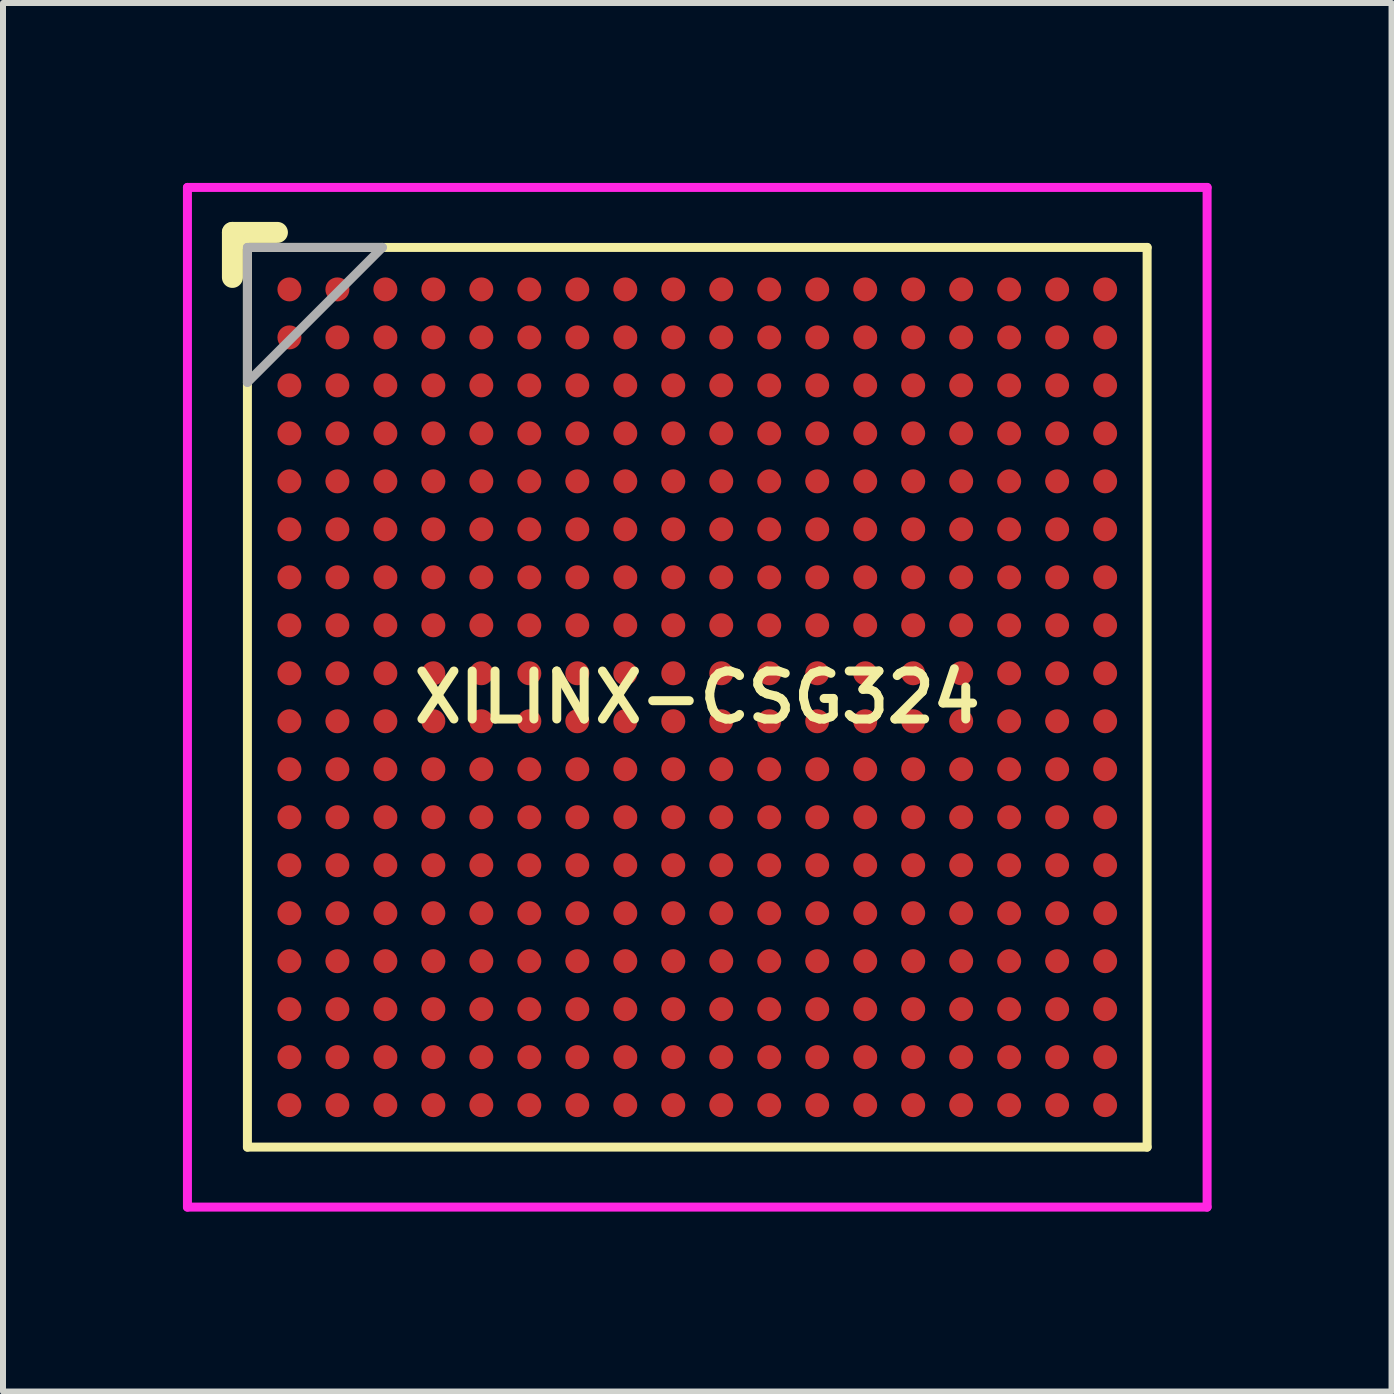
<source format=kicad_pcb>
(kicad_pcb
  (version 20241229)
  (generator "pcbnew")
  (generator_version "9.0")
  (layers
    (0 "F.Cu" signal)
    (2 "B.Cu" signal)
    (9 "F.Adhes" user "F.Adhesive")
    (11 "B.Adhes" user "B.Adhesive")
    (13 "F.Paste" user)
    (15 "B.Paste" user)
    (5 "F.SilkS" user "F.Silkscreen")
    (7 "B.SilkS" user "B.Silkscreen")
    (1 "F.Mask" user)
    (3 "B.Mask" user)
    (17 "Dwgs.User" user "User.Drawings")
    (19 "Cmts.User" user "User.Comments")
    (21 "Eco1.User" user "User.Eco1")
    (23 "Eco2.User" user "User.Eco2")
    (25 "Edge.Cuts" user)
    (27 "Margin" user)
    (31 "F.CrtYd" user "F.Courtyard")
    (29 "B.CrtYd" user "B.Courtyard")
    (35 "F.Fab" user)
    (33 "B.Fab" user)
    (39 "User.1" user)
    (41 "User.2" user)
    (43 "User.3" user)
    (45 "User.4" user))
  (footprint "XILINX-CSG324"
    (layer "F.Cu")
    (at 8.575 8.575)
    (property "Reference" "XILINX-CSG324" (at 0 0 0) (layer "F.SilkS") (effects (font (size 0.8 0.8) (thickness 0.15))))
    (attr smd)
    (fp_line (start -7.75 -7.75) (end -7 -7.75) (stroke (width 0.35) (type solid)) (layer "F.SilkS"))
    (fp_line (start -7.75 -7) (end -7.75 -7.75) (stroke (width 0.35) (type solid)) (layer "F.SilkS"))
    (fp_line (start -7.5 -7.5) (end -7.75 -7.75) (stroke (width 0.15) (type solid)) (layer "F.SilkS"))
    (fp_line (start -7.5 -7.5) (end 7.5 -7.5) (stroke (width 0.15) (type solid)) (layer "F.SilkS"))
    (fp_line (start -7.5 7.5) (end -7.5 -7.5) (stroke (width 0.15) (type solid)) (layer "F.SilkS"))
    (fp_line (start 7.5 -7.5) (end 7.5 7.5) (stroke (width 0.15) (type solid)) (layer "F.SilkS"))
    (fp_line (start 7.5 7.5) (end -7.5 7.5) (stroke (width 0.15) (type solid)) (layer "F.SilkS"))
    (fp_line (start -8.5 -8.5) (end 8.5 -8.5) (stroke (width 0.15) (type solid)) (layer "F.CrtYd"))
    (fp_line (start -8.5 8.5) (end -8.5 -8.5) (stroke (width 0.15) (type solid)) (layer "F.CrtYd"))
    (fp_line (start 8.5 -8.5) (end 8.5 8.5) (stroke (width 0.15) (type solid)) (layer "F.CrtYd"))
    (fp_line (start 8.5 8.5) (end -8.5 8.5) (stroke (width 0.15) (type solid)) (layer "F.CrtYd"))
    (fp_line (start -7.5 -7.5) (end -7.5 -5.25) (stroke (width 0.15) (type solid)) (layer "F.Fab"))
    (fp_line (start -7.5 -5.25) (end -5.25 -7.5) (stroke (width 0.15) (type solid)) (layer "F.Fab"))
    (fp_line (start -5.25 -7.5) (end -7.5 -7.5) (stroke (width 0.15) (type solid)) (layer "F.Fab"))
    (pad "A1" smd circle (at -6.8 -6.8) (size 0.4 0.4) (layers "F.Cu" "F.Mask" "F.Paste"))
    (pad "A2" smd circle (at -6 -6.8) (size 0.4 0.4) (layers "F.Cu" "F.Mask" "F.Paste"))
    (pad "A3" smd circle (at -5.2 -6.8) (size 0.4 0.4) (layers "F.Cu" "F.Mask" "F.Paste"))
    (pad "A4" smd circle (at -4.4 -6.8) (size 0.4 0.4) (layers "F.Cu" "F.Mask" "F.Paste"))
    (pad "A5" smd circle (at -3.6 -6.8) (size 0.4 0.4) (layers "F.Cu" "F.Mask" "F.Paste"))
    (pad "A6" smd circle (at -2.8 -6.8) (size 0.4 0.4) (layers "F.Cu" "F.Mask" "F.Paste"))
    (pad "A7" smd circle (at -2 -6.8) (size 0.4 0.4) (layers "F.Cu" "F.Mask" "F.Paste"))
    (pad "A8" smd circle (at -1.2 -6.8) (size 0.4 0.4) (layers "F.Cu" "F.Mask" "F.Paste"))
    (pad "A9" smd circle (at -0.4 -6.8) (size 0.4 0.4) (layers "F.Cu" "F.Mask" "F.Paste"))
    (pad "A10" smd circle (at 0.4 -6.8) (size 0.4 0.4) (layers "F.Cu" "F.Mask" "F.Paste"))
    (pad "A11" smd circle (at 1.2 -6.8) (size 0.4 0.4) (layers "F.Cu" "F.Mask" "F.Paste"))
    (pad "A12" smd circle (at 2 -6.8) (size 0.4 0.4) (layers "F.Cu" "F.Mask" "F.Paste"))
    (pad "A13" smd circle (at 2.8 -6.8) (size 0.4 0.4) (layers "F.Cu" "F.Mask" "F.Paste"))
    (pad "A14" smd circle (at 3.6 -6.8) (size 0.4 0.4) (layers "F.Cu" "F.Mask" "F.Paste"))
    (pad "A15" smd circle (at 4.4 -6.8) (size 0.4 0.4) (layers "F.Cu" "F.Mask" "F.Paste"))
    (pad "A16" smd circle (at 5.2 -6.8) (size 0.4 0.4) (layers "F.Cu" "F.Mask" "F.Paste"))
    (pad "A17" smd circle (at 6 -6.8) (size 0.4 0.4) (layers "F.Cu" "F.Mask" "F.Paste"))
    (pad "A18" smd circle (at 6.8 -6.8) (size 0.4 0.4) (layers "F.Cu" "F.Mask" "F.Paste"))
    (pad "B1" smd circle (at -6.8 -6) (size 0.4 0.4) (layers "F.Cu" "F.Mask" "F.Paste"))
    (pad "B2" smd circle (at -6 -6) (size 0.4 0.4) (layers "F.Cu" "F.Mask" "F.Paste"))
    (pad "B3" smd circle (at -5.2 -6) (size 0.4 0.4) (layers "F.Cu" "F.Mask" "F.Paste"))
    (pad "B4" smd circle (at -4.4 -6) (size 0.4 0.4) (layers "F.Cu" "F.Mask" "F.Paste"))
    (pad "B5" smd circle (at -3.6 -6) (size 0.4 0.4) (layers "F.Cu" "F.Mask" "F.Paste"))
    (pad "B6" smd circle (at -2.8 -6) (size 0.4 0.4) (layers "F.Cu" "F.Mask" "F.Paste"))
    (pad "B7" smd circle (at -2 -6) (size 0.4 0.4) (layers "F.Cu" "F.Mask" "F.Paste"))
    (pad "B8" smd circle (at -1.2 -6) (size 0.4 0.4) (layers "F.Cu" "F.Mask" "F.Paste"))
    (pad "B9" smd circle (at -0.4 -6) (size 0.4 0.4) (layers "F.Cu" "F.Mask" "F.Paste"))
    (pad "B10" smd circle (at 0.4 -6) (size 0.4 0.4) (layers "F.Cu" "F.Mask" "F.Paste"))
    (pad "B11" smd circle (at 1.2 -6) (size 0.4 0.4) (layers "F.Cu" "F.Mask" "F.Paste"))
    (pad "B12" smd circle (at 2 -6) (size 0.4 0.4) (layers "F.Cu" "F.Mask" "F.Paste"))
    (pad "B13" smd circle (at 2.8 -6) (size 0.4 0.4) (layers "F.Cu" "F.Mask" "F.Paste"))
    (pad "B14" smd circle (at 3.6 -6) (size 0.4 0.4) (layers "F.Cu" "F.Mask" "F.Paste"))
    (pad "B15" smd circle (at 4.4 -6) (size 0.4 0.4) (layers "F.Cu" "F.Mask" "F.Paste"))
    (pad "B16" smd circle (at 5.2 -6) (size 0.4 0.4) (layers "F.Cu" "F.Mask" "F.Paste"))
    (pad "B17" smd circle (at 6 -6) (size 0.4 0.4) (layers "F.Cu" "F.Mask" "F.Paste"))
    (pad "B18" smd circle (at 6.8 -6) (size 0.4 0.4) (layers "F.Cu" "F.Mask" "F.Paste"))
    (pad "C1" smd circle (at -6.8 -5.2) (size 0.4 0.4) (layers "F.Cu" "F.Mask" "F.Paste"))
    (pad "C2" smd circle (at -6 -5.2) (size 0.4 0.4) (layers "F.Cu" "F.Mask" "F.Paste"))
    (pad "C3" smd circle (at -5.2 -5.2) (size 0.4 0.4) (layers "F.Cu" "F.Mask" "F.Paste"))
    (pad "C4" smd circle (at -4.4 -5.2) (size 0.4 0.4) (layers "F.Cu" "F.Mask" "F.Paste"))
    (pad "C5" smd circle (at -3.6 -5.2) (size 0.4 0.4) (layers "F.Cu" "F.Mask" "F.Paste"))
    (pad "C6" smd circle (at -2.8 -5.2) (size 0.4 0.4) (layers "F.Cu" "F.Mask" "F.Paste"))
    (pad "C7" smd circle (at -2 -5.2) (size 0.4 0.4) (layers "F.Cu" "F.Mask" "F.Paste"))
    (pad "C8" smd circle (at -1.2 -5.2) (size 0.4 0.4) (layers "F.Cu" "F.Mask" "F.Paste"))
    (pad "C9" smd circle (at -0.4 -5.2) (size 0.4 0.4) (layers "F.Cu" "F.Mask" "F.Paste"))
    (pad "C10" smd circle (at 0.4 -5.2) (size 0.4 0.4) (layers "F.Cu" "F.Mask" "F.Paste"))
    (pad "C11" smd circle (at 1.2 -5.2) (size 0.4 0.4) (layers "F.Cu" "F.Mask" "F.Paste"))
    (pad "C12" smd circle (at 2 -5.2) (size 0.4 0.4) (layers "F.Cu" "F.Mask" "F.Paste"))
    (pad "C13" smd circle (at 2.8 -5.2) (size 0.4 0.4) (layers "F.Cu" "F.Mask" "F.Paste"))
    (pad "C14" smd circle (at 3.6 -5.2) (size 0.4 0.4) (layers "F.Cu" "F.Mask" "F.Paste"))
    (pad "C15" smd circle (at 4.4 -5.2) (size 0.4 0.4) (layers "F.Cu" "F.Mask" "F.Paste"))
    (pad "C16" smd circle (at 5.2 -5.2) (size 0.4 0.4) (layers "F.Cu" "F.Mask" "F.Paste"))
    (pad "C17" smd circle (at 6 -5.2) (size 0.4 0.4) (layers "F.Cu" "F.Mask" "F.Paste"))
    (pad "C18" smd circle (at 6.8 -5.2) (size 0.4 0.4) (layers "F.Cu" "F.Mask" "F.Paste"))
    (pad "D1" smd circle (at -6.8 -4.4) (size 0.4 0.4) (layers "F.Cu" "F.Mask" "F.Paste"))
    (pad "D2" smd circle (at -6 -4.4) (size 0.4 0.4) (layers "F.Cu" "F.Mask" "F.Paste"))
    (pad "D3" smd circle (at -5.2 -4.4) (size 0.4 0.4) (layers "F.Cu" "F.Mask" "F.Paste"))
    (pad "D4" smd circle (at -4.4 -4.4) (size 0.4 0.4) (layers "F.Cu" "F.Mask" "F.Paste"))
    (pad "D5" smd circle (at -3.6 -4.4) (size 0.4 0.4) (layers "F.Cu" "F.Mask" "F.Paste"))
    (pad "D6" smd circle (at -2.8 -4.4) (size 0.4 0.4) (layers "F.Cu" "F.Mask" "F.Paste"))
    (pad "D7" smd circle (at -2 -4.4) (size 0.4 0.4) (layers "F.Cu" "F.Mask" "F.Paste"))
    (pad "D8" smd circle (at -1.2 -4.4) (size 0.4 0.4) (layers "F.Cu" "F.Mask" "F.Paste"))
    (pad "D9" smd circle (at -0.4 -4.4) (size 0.4 0.4) (layers "F.Cu" "F.Mask" "F.Paste"))
    (pad "D10" smd circle (at 0.4 -4.4) (size 0.4 0.4) (layers "F.Cu" "F.Mask" "F.Paste"))
    (pad "D11" smd circle (at 1.2 -4.4) (size 0.4 0.4) (layers "F.Cu" "F.Mask" "F.Paste"))
    (pad "D12" smd circle (at 2 -4.4) (size 0.4 0.4) (layers "F.Cu" "F.Mask" "F.Paste"))
    (pad "D13" smd circle (at 2.8 -4.4) (size 0.4 0.4) (layers "F.Cu" "F.Mask" "F.Paste"))
    (pad "D14" smd circle (at 3.6 -4.4) (size 0.4 0.4) (layers "F.Cu" "F.Mask" "F.Paste"))
    (pad "D15" smd circle (at 4.4 -4.4) (size 0.4 0.4) (layers "F.Cu" "F.Mask" "F.Paste"))
    (pad "D16" smd circle (at 5.2 -4.4) (size 0.4 0.4) (layers "F.Cu" "F.Mask" "F.Paste"))
    (pad "D17" smd circle (at 6 -4.4) (size 0.4 0.4) (layers "F.Cu" "F.Mask" "F.Paste"))
    (pad "D18" smd circle (at 6.8 -4.4) (size 0.4 0.4) (layers "F.Cu" "F.Mask" "F.Paste"))
    (pad "E1" smd circle (at -6.8 -3.6) (size 0.4 0.4) (layers "F.Cu" "F.Mask" "F.Paste"))
    (pad "E2" smd circle (at -6 -3.6) (size 0.4 0.4) (layers "F.Cu" "F.Mask" "F.Paste"))
    (pad "E3" smd circle (at -5.2 -3.6) (size 0.4 0.4) (layers "F.Cu" "F.Mask" "F.Paste"))
    (pad "E4" smd circle (at -4.4 -3.6) (size 0.4 0.4) (layers "F.Cu" "F.Mask" "F.Paste"))
    (pad "E5" smd circle (at -3.6 -3.6) (size 0.4 0.4) (layers "F.Cu" "F.Mask" "F.Paste"))
    (pad "E6" smd circle (at -2.8 -3.6) (size 0.4 0.4) (layers "F.Cu" "F.Mask" "F.Paste"))
    (pad "E7" smd circle (at -2 -3.6) (size 0.4 0.4) (layers "F.Cu" "F.Mask" "F.Paste"))
    (pad "E8" smd circle (at -1.2 -3.6) (size 0.4 0.4) (layers "F.Cu" "F.Mask" "F.Paste"))
    (pad "E9" smd circle (at -0.4 -3.6) (size 0.4 0.4) (layers "F.Cu" "F.Mask" "F.Paste"))
    (pad "E10" smd circle (at 0.4 -3.6) (size 0.4 0.4) (layers "F.Cu" "F.Mask" "F.Paste"))
    (pad "E11" smd circle (at 1.2 -3.6) (size 0.4 0.4) (layers "F.Cu" "F.Mask" "F.Paste"))
    (pad "E12" smd circle (at 2 -3.6) (size 0.4 0.4) (layers "F.Cu" "F.Mask" "F.Paste"))
    (pad "E13" smd circle (at 2.8 -3.6) (size 0.4 0.4) (layers "F.Cu" "F.Mask" "F.Paste"))
    (pad "E14" smd circle (at 3.6 -3.6) (size 0.4 0.4) (layers "F.Cu" "F.Mask" "F.Paste"))
    (pad "E15" smd circle (at 4.4 -3.6) (size 0.4 0.4) (layers "F.Cu" "F.Mask" "F.Paste"))
    (pad "E16" smd circle (at 5.2 -3.6) (size 0.4 0.4) (layers "F.Cu" "F.Mask" "F.Paste"))
    (pad "E17" smd circle (at 6 -3.6) (size 0.4 0.4) (layers "F.Cu" "F.Mask" "F.Paste"))
    (pad "E18" smd circle (at 6.8 -3.6) (size 0.4 0.4) (layers "F.Cu" "F.Mask" "F.Paste"))
    (pad "F1" smd circle (at -6.8 -2.8) (size 0.4 0.4) (layers "F.Cu" "F.Mask" "F.Paste"))
    (pad "F2" smd circle (at -6 -2.8) (size 0.4 0.4) (layers "F.Cu" "F.Mask" "F.Paste"))
    (pad "F3" smd circle (at -5.2 -2.8) (size 0.4 0.4) (layers "F.Cu" "F.Mask" "F.Paste"))
    (pad "F4" smd circle (at -4.4 -2.8) (size 0.4 0.4) (layers "F.Cu" "F.Mask" "F.Paste"))
    (pad "F5" smd circle (at -3.6 -2.8) (size 0.4 0.4) (layers "F.Cu" "F.Mask" "F.Paste"))
    (pad "F6" smd circle (at -2.8 -2.8) (size 0.4 0.4) (layers "F.Cu" "F.Mask" "F.Paste"))
    (pad "F7" smd circle (at -2 -2.8) (size 0.4 0.4) (layers "F.Cu" "F.Mask" "F.Paste"))
    (pad "F8" smd circle (at -1.2 -2.8) (size 0.4 0.4) (layers "F.Cu" "F.Mask" "F.Paste"))
    (pad "F9" smd circle (at -0.4 -2.8) (size 0.4 0.4) (layers "F.Cu" "F.Mask" "F.Paste"))
    (pad "F10" smd circle (at 0.4 -2.8) (size 0.4 0.4) (layers "F.Cu" "F.Mask" "F.Paste"))
    (pad "F11" smd circle (at 1.2 -2.8) (size 0.4 0.4) (layers "F.Cu" "F.Mask" "F.Paste"))
    (pad "F12" smd circle (at 2 -2.8) (size 0.4 0.4) (layers "F.Cu" "F.Mask" "F.Paste"))
    (pad "F13" smd circle (at 2.8 -2.8) (size 0.4 0.4) (layers "F.Cu" "F.Mask" "F.Paste"))
    (pad "F14" smd circle (at 3.6 -2.8) (size 0.4 0.4) (layers "F.Cu" "F.Mask" "F.Paste"))
    (pad "F15" smd circle (at 4.4 -2.8) (size 0.4 0.4) (layers "F.Cu" "F.Mask" "F.Paste"))
    (pad "F16" smd circle (at 5.2 -2.8) (size 0.4 0.4) (layers "F.Cu" "F.Mask" "F.Paste"))
    (pad "F17" smd circle (at 6 -2.8) (size 0.4 0.4) (layers "F.Cu" "F.Mask" "F.Paste"))
    (pad "F18" smd circle (at 6.8 -2.8) (size 0.4 0.4) (layers "F.Cu" "F.Mask" "F.Paste"))
    (pad "G1" smd circle (at -6.8 -2) (size 0.4 0.4) (layers "F.Cu" "F.Mask" "F.Paste"))
    (pad "G2" smd circle (at -6 -2) (size 0.4 0.4) (layers "F.Cu" "F.Mask" "F.Paste"))
    (pad "G3" smd circle (at -5.2 -2) (size 0.4 0.4) (layers "F.Cu" "F.Mask" "F.Paste"))
    (pad "G4" smd circle (at -4.4 -2) (size 0.4 0.4) (layers "F.Cu" "F.Mask" "F.Paste"))
    (pad "G5" smd circle (at -3.6 -2) (size 0.4 0.4) (layers "F.Cu" "F.Mask" "F.Paste"))
    (pad "G6" smd circle (at -2.8 -2) (size 0.4 0.4) (layers "F.Cu" "F.Mask" "F.Paste"))
    (pad "G7" smd circle (at -2 -2) (size 0.4 0.4) (layers "F.Cu" "F.Mask" "F.Paste"))
    (pad "G8" smd circle (at -1.2 -2) (size 0.4 0.4) (layers "F.Cu" "F.Mask" "F.Paste"))
    (pad "G9" smd circle (at -0.4 -2) (size 0.4 0.4) (layers "F.Cu" "F.Mask" "F.Paste"))
    (pad "G10" smd circle (at 0.4 -2) (size 0.4 0.4) (layers "F.Cu" "F.Mask" "F.Paste"))
    (pad "G11" smd circle (at 1.2 -2) (size 0.4 0.4) (layers "F.Cu" "F.Mask" "F.Paste"))
    (pad "G12" smd circle (at 2 -2) (size 0.4 0.4) (layers "F.Cu" "F.Mask" "F.Paste"))
    (pad "G13" smd circle (at 2.8 -2) (size 0.4 0.4) (layers "F.Cu" "F.Mask" "F.Paste"))
    (pad "G14" smd circle (at 3.6 -2) (size 0.4 0.4) (layers "F.Cu" "F.Mask" "F.Paste"))
    (pad "G15" smd circle (at 4.4 -2) (size 0.4 0.4) (layers "F.Cu" "F.Mask" "F.Paste"))
    (pad "G16" smd circle (at 5.2 -2) (size 0.4 0.4) (layers "F.Cu" "F.Mask" "F.Paste"))
    (pad "G17" smd circle (at 6 -2) (size 0.4 0.4) (layers "F.Cu" "F.Mask" "F.Paste"))
    (pad "G18" smd circle (at 6.8 -2) (size 0.4 0.4) (layers "F.Cu" "F.Mask" "F.Paste"))
    (pad "H1" smd circle (at -6.8 -1.2) (size 0.4 0.4) (layers "F.Cu" "F.Mask" "F.Paste"))
    (pad "H2" smd circle (at -6 -1.2) (size 0.4 0.4) (layers "F.Cu" "F.Mask" "F.Paste"))
    (pad "H3" smd circle (at -5.2 -1.2) (size 0.4 0.4) (layers "F.Cu" "F.Mask" "F.Paste"))
    (pad "H4" smd circle (at -4.4 -1.2) (size 0.4 0.4) (layers "F.Cu" "F.Mask" "F.Paste"))
    (pad "H5" smd circle (at -3.6 -1.2) (size 0.4 0.4) (layers "F.Cu" "F.Mask" "F.Paste"))
    (pad "H6" smd circle (at -2.8 -1.2) (size 0.4 0.4) (layers "F.Cu" "F.Mask" "F.Paste"))
    (pad "H7" smd circle (at -2 -1.2) (size 0.4 0.4) (layers "F.Cu" "F.Mask" "F.Paste"))
    (pad "H8" smd circle (at -1.2 -1.2) (size 0.4 0.4) (layers "F.Cu" "F.Mask" "F.Paste"))
    (pad "H9" smd circle (at -0.4 -1.2) (size 0.4 0.4) (layers "F.Cu" "F.Mask" "F.Paste"))
    (pad "H10" smd circle (at 0.4 -1.2) (size 0.4 0.4) (layers "F.Cu" "F.Mask" "F.Paste"))
    (pad "H11" smd circle (at 1.2 -1.2) (size 0.4 0.4) (layers "F.Cu" "F.Mask" "F.Paste"))
    (pad "H12" smd circle (at 2 -1.2) (size 0.4 0.4) (layers "F.Cu" "F.Mask" "F.Paste"))
    (pad "H13" smd circle (at 2.8 -1.2) (size 0.4 0.4) (layers "F.Cu" "F.Mask" "F.Paste"))
    (pad "H14" smd circle (at 3.6 -1.2) (size 0.4 0.4) (layers "F.Cu" "F.Mask" "F.Paste"))
    (pad "H15" smd circle (at 4.4 -1.2) (size 0.4 0.4) (layers "F.Cu" "F.Mask" "F.Paste"))
    (pad "H16" smd circle (at 5.2 -1.2) (size 0.4 0.4) (layers "F.Cu" "F.Mask" "F.Paste"))
    (pad "H17" smd circle (at 6 -1.2) (size 0.4 0.4) (layers "F.Cu" "F.Mask" "F.Paste"))
    (pad "H18" smd circle (at 6.8 -1.2) (size 0.4 0.4) (layers "F.Cu" "F.Mask" "F.Paste"))
    (pad "J1" smd circle (at -6.8 -0.4) (size 0.4 0.4) (layers "F.Cu" "F.Mask" "F.Paste"))
    (pad "J2" smd circle (at -6 -0.4) (size 0.4 0.4) (layers "F.Cu" "F.Mask" "F.Paste"))
    (pad "J3" smd circle (at -5.2 -0.4) (size 0.4 0.4) (layers "F.Cu" "F.Mask" "F.Paste"))
    (pad "J4" smd circle (at -4.4 -0.4) (size 0.4 0.4) (layers "F.Cu" "F.Mask" "F.Paste"))
    (pad "J5" smd circle (at -3.6 -0.4) (size 0.4 0.4) (layers "F.Cu" "F.Mask" "F.Paste"))
    (pad "J6" smd circle (at -2.8 -0.4) (size 0.4 0.4) (layers "F.Cu" "F.Mask" "F.Paste"))
    (pad "J7" smd circle (at -2 -0.4) (size 0.4 0.4) (layers "F.Cu" "F.Mask" "F.Paste"))
    (pad "J8" smd circle (at -1.2 -0.4) (size 0.4 0.4) (layers "F.Cu" "F.Mask" "F.Paste"))
    (pad "J9" smd circle (at -0.4 -0.4) (size 0.4 0.4) (layers "F.Cu" "F.Mask" "F.Paste"))
    (pad "J10" smd circle (at 0.4 -0.4) (size 0.4 0.4) (layers "F.Cu" "F.Mask" "F.Paste"))
    (pad "J11" smd circle (at 1.2 -0.4) (size 0.4 0.4) (layers "F.Cu" "F.Mask" "F.Paste"))
    (pad "J12" smd circle (at 2 -0.4) (size 0.4 0.4) (layers "F.Cu" "F.Mask" "F.Paste"))
    (pad "J13" smd circle (at 2.8 -0.4) (size 0.4 0.4) (layers "F.Cu" "F.Mask" "F.Paste"))
    (pad "J14" smd circle (at 3.6 -0.4) (size 0.4 0.4) (layers "F.Cu" "F.Mask" "F.Paste"))
    (pad "J15" smd circle (at 4.4 -0.4) (size 0.4 0.4) (layers "F.Cu" "F.Mask" "F.Paste"))
    (pad "J16" smd circle (at 5.2 -0.4) (size 0.4 0.4) (layers "F.Cu" "F.Mask" "F.Paste"))
    (pad "J17" smd circle (at 6 -0.4) (size 0.4 0.4) (layers "F.Cu" "F.Mask" "F.Paste"))
    (pad "J18" smd circle (at 6.8 -0.4) (size 0.4 0.4) (layers "F.Cu" "F.Mask" "F.Paste"))
    (pad "K1" smd circle (at -6.8 0.4) (size 0.4 0.4) (layers "F.Cu" "F.Mask" "F.Paste"))
    (pad "K2" smd circle (at -6 0.4) (size 0.4 0.4) (layers "F.Cu" "F.Mask" "F.Paste"))
    (pad "K3" smd circle (at -5.2 0.4) (size 0.4 0.4) (layers "F.Cu" "F.Mask" "F.Paste"))
    (pad "K4" smd circle (at -4.4 0.4) (size 0.4 0.4) (layers "F.Cu" "F.Mask" "F.Paste"))
    (pad "K5" smd circle (at -3.6 0.4) (size 0.4 0.4) (layers "F.Cu" "F.Mask" "F.Paste"))
    (pad "K6" smd circle (at -2.8 0.4) (size 0.4 0.4) (layers "F.Cu" "F.Mask" "F.Paste"))
    (pad "K7" smd circle (at -2 0.4) (size 0.4 0.4) (layers "F.Cu" "F.Mask" "F.Paste"))
    (pad "K8" smd circle (at -1.2 0.4) (size 0.4 0.4) (layers "F.Cu" "F.Mask" "F.Paste"))
    (pad "K9" smd circle (at -0.4 0.4) (size 0.4 0.4) (layers "F.Cu" "F.Mask" "F.Paste"))
    (pad "K10" smd circle (at 0.4 0.4) (size 0.4 0.4) (layers "F.Cu" "F.Mask" "F.Paste"))
    (pad "K11" smd circle (at 1.2 0.4) (size 0.4 0.4) (layers "F.Cu" "F.Mask" "F.Paste"))
    (pad "K12" smd circle (at 2 0.4) (size 0.4 0.4) (layers "F.Cu" "F.Mask" "F.Paste"))
    (pad "K13" smd circle (at 2.8 0.4) (size 0.4 0.4) (layers "F.Cu" "F.Mask" "F.Paste"))
    (pad "K14" smd circle (at 3.6 0.4) (size 0.4 0.4) (layers "F.Cu" "F.Mask" "F.Paste"))
    (pad "K15" smd circle (at 4.4 0.4) (size 0.4 0.4) (layers "F.Cu" "F.Mask" "F.Paste"))
    (pad "K16" smd circle (at 5.2 0.4) (size 0.4 0.4) (layers "F.Cu" "F.Mask" "F.Paste"))
    (pad "K17" smd circle (at 6 0.4) (size 0.4 0.4) (layers "F.Cu" "F.Mask" "F.Paste"))
    (pad "K18" smd circle (at 6.8 0.4) (size 0.4 0.4) (layers "F.Cu" "F.Mask" "F.Paste"))
    (pad "L1" smd circle (at -6.8 1.2) (size 0.4 0.4) (layers "F.Cu" "F.Mask" "F.Paste"))
    (pad "L2" smd circle (at -6 1.2) (size 0.4 0.4) (layers "F.Cu" "F.Mask" "F.Paste"))
    (pad "L3" smd circle (at -5.2 1.2) (size 0.4 0.4) (layers "F.Cu" "F.Mask" "F.Paste"))
    (pad "L4" smd circle (at -4.4 1.2) (size 0.4 0.4) (layers "F.Cu" "F.Mask" "F.Paste"))
    (pad "L5" smd circle (at -3.6 1.2) (size 0.4 0.4) (layers "F.Cu" "F.Mask" "F.Paste"))
    (pad "L6" smd circle (at -2.8 1.2) (size 0.4 0.4) (layers "F.Cu" "F.Mask" "F.Paste"))
    (pad "L7" smd circle (at -2 1.2) (size 0.4 0.4) (layers "F.Cu" "F.Mask" "F.Paste"))
    (pad "L8" smd circle (at -1.2 1.2) (size 0.4 0.4) (layers "F.Cu" "F.Mask" "F.Paste"))
    (pad "L9" smd circle (at -0.4 1.2) (size 0.4 0.4) (layers "F.Cu" "F.Mask" "F.Paste"))
    (pad "L10" smd circle (at 0.4 1.2) (size 0.4 0.4) (layers "F.Cu" "F.Mask" "F.Paste"))
    (pad "L11" smd circle (at 1.2 1.2) (size 0.4 0.4) (layers "F.Cu" "F.Mask" "F.Paste"))
    (pad "L12" smd circle (at 2 1.2) (size 0.4 0.4) (layers "F.Cu" "F.Mask" "F.Paste"))
    (pad "L13" smd circle (at 2.8 1.2) (size 0.4 0.4) (layers "F.Cu" "F.Mask" "F.Paste"))
    (pad "L14" smd circle (at 3.6 1.2) (size 0.4 0.4) (layers "F.Cu" "F.Mask" "F.Paste"))
    (pad "L15" smd circle (at 4.4 1.2) (size 0.4 0.4) (layers "F.Cu" "F.Mask" "F.Paste"))
    (pad "L16" smd circle (at 5.2 1.2) (size 0.4 0.4) (layers "F.Cu" "F.Mask" "F.Paste"))
    (pad "L17" smd circle (at 6 1.2) (size 0.4 0.4) (layers "F.Cu" "F.Mask" "F.Paste"))
    (pad "L18" smd circle (at 6.8 1.2) (size 0.4 0.4) (layers "F.Cu" "F.Mask" "F.Paste"))
    (pad "M1" smd circle (at -6.8 2) (size 0.4 0.4) (layers "F.Cu" "F.Mask" "F.Paste"))
    (pad "M2" smd circle (at -6 2) (size 0.4 0.4) (layers "F.Cu" "F.Mask" "F.Paste"))
    (pad "M3" smd circle (at -5.2 2) (size 0.4 0.4) (layers "F.Cu" "F.Mask" "F.Paste"))
    (pad "M4" smd circle (at -4.4 2) (size 0.4 0.4) (layers "F.Cu" "F.Mask" "F.Paste"))
    (pad "M5" smd circle (at -3.6 2) (size 0.4 0.4) (layers "F.Cu" "F.Mask" "F.Paste"))
    (pad "M6" smd circle (at -2.8 2) (size 0.4 0.4) (layers "F.Cu" "F.Mask" "F.Paste"))
    (pad "M7" smd circle (at -2 2) (size 0.4 0.4) (layers "F.Cu" "F.Mask" "F.Paste"))
    (pad "M8" smd circle (at -1.2 2) (size 0.4 0.4) (layers "F.Cu" "F.Mask" "F.Paste"))
    (pad "M9" smd circle (at -0.4 2) (size 0.4 0.4) (layers "F.Cu" "F.Mask" "F.Paste"))
    (pad "M10" smd circle (at 0.4 2) (size 0.4 0.4) (layers "F.Cu" "F.Mask" "F.Paste"))
    (pad "M11" smd circle (at 1.2 2) (size 0.4 0.4) (layers "F.Cu" "F.Mask" "F.Paste"))
    (pad "M12" smd circle (at 2 2) (size 0.4 0.4) (layers "F.Cu" "F.Mask" "F.Paste"))
    (pad "M13" smd circle (at 2.8 2) (size 0.4 0.4) (layers "F.Cu" "F.Mask" "F.Paste"))
    (pad "M14" smd circle (at 3.6 2) (size 0.4 0.4) (layers "F.Cu" "F.Mask" "F.Paste"))
    (pad "M15" smd circle (at 4.4 2) (size 0.4 0.4) (layers "F.Cu" "F.Mask" "F.Paste"))
    (pad "M16" smd circle (at 5.2 2) (size 0.4 0.4) (layers "F.Cu" "F.Mask" "F.Paste"))
    (pad "M17" smd circle (at 6 2) (size 0.4 0.4) (layers "F.Cu" "F.Mask" "F.Paste"))
    (pad "M18" smd circle (at 6.8 2) (size 0.4 0.4) (layers "F.Cu" "F.Mask" "F.Paste"))
    (pad "N1" smd circle (at -6.8 2.8) (size 0.4 0.4) (layers "F.Cu" "F.Mask" "F.Paste"))
    (pad "N2" smd circle (at -6 2.8) (size 0.4 0.4) (layers "F.Cu" "F.Mask" "F.Paste"))
    (pad "N3" smd circle (at -5.2 2.8) (size 0.4 0.4) (layers "F.Cu" "F.Mask" "F.Paste"))
    (pad "N4" smd circle (at -4.4 2.8) (size 0.4 0.4) (layers "F.Cu" "F.Mask" "F.Paste"))
    (pad "N5" smd circle (at -3.6 2.8) (size 0.4 0.4) (layers "F.Cu" "F.Mask" "F.Paste"))
    (pad "N6" smd circle (at -2.8 2.8) (size 0.4 0.4) (layers "F.Cu" "F.Mask" "F.Paste"))
    (pad "N7" smd circle (at -2 2.8) (size 0.4 0.4) (layers "F.Cu" "F.Mask" "F.Paste"))
    (pad "N8" smd circle (at -1.2 2.8) (size 0.4 0.4) (layers "F.Cu" "F.Mask" "F.Paste"))
    (pad "N9" smd circle (at -0.4 2.8) (size 0.4 0.4) (layers "F.Cu" "F.Mask" "F.Paste"))
    (pad "N10" smd circle (at 0.4 2.8) (size 0.4 0.4) (layers "F.Cu" "F.Mask" "F.Paste"))
    (pad "N11" smd circle (at 1.2 2.8) (size 0.4 0.4) (layers "F.Cu" "F.Mask" "F.Paste"))
    (pad "N12" smd circle (at 2 2.8) (size 0.4 0.4) (layers "F.Cu" "F.Mask" "F.Paste"))
    (pad "N13" smd circle (at 2.8 2.8) (size 0.4 0.4) (layers "F.Cu" "F.Mask" "F.Paste"))
    (pad "N14" smd circle (at 3.6 2.8) (size 0.4 0.4) (layers "F.Cu" "F.Mask" "F.Paste"))
    (pad "N15" smd circle (at 4.4 2.8) (size 0.4 0.4) (layers "F.Cu" "F.Mask" "F.Paste"))
    (pad "N16" smd circle (at 5.2 2.8) (size 0.4 0.4) (layers "F.Cu" "F.Mask" "F.Paste"))
    (pad "N17" smd circle (at 6 2.8) (size 0.4 0.4) (layers "F.Cu" "F.Mask" "F.Paste"))
    (pad "N18" smd circle (at 6.8 2.8) (size 0.4 0.4) (layers "F.Cu" "F.Mask" "F.Paste"))
    (pad "P1" smd circle (at -6.8 3.6) (size 0.4 0.4) (layers "F.Cu" "F.Mask" "F.Paste"))
    (pad "P2" smd circle (at -6 3.6) (size 0.4 0.4) (layers "F.Cu" "F.Mask" "F.Paste"))
    (pad "P3" smd circle (at -5.2 3.6) (size 0.4 0.4) (layers "F.Cu" "F.Mask" "F.Paste"))
    (pad "P4" smd circle (at -4.4 3.6) (size 0.4 0.4) (layers "F.Cu" "F.Mask" "F.Paste"))
    (pad "P5" smd circle (at -3.6 3.6) (size 0.4 0.4) (layers "F.Cu" "F.Mask" "F.Paste"))
    (pad "P6" smd circle (at -2.8 3.6) (size 0.4 0.4) (layers "F.Cu" "F.Mask" "F.Paste"))
    (pad "P7" smd circle (at -2 3.6) (size 0.4 0.4) (layers "F.Cu" "F.Mask" "F.Paste"))
    (pad "P8" smd circle (at -1.2 3.6) (size 0.4 0.4) (layers "F.Cu" "F.Mask" "F.Paste"))
    (pad "P9" smd circle (at -0.4 3.6) (size 0.4 0.4) (layers "F.Cu" "F.Mask" "F.Paste"))
    (pad "P10" smd circle (at 0.4 3.6) (size 0.4 0.4) (layers "F.Cu" "F.Mask" "F.Paste"))
    (pad "P11" smd circle (at 1.2 3.6) (size 0.4 0.4) (layers "F.Cu" "F.Mask" "F.Paste"))
    (pad "P12" smd circle (at 2 3.6) (size 0.4 0.4) (layers "F.Cu" "F.Mask" "F.Paste"))
    (pad "P13" smd circle (at 2.8 3.6) (size 0.4 0.4) (layers "F.Cu" "F.Mask" "F.Paste"))
    (pad "P14" smd circle (at 3.6 3.6) (size 0.4 0.4) (layers "F.Cu" "F.Mask" "F.Paste"))
    (pad "P15" smd circle (at 4.4 3.6) (size 0.4 0.4) (layers "F.Cu" "F.Mask" "F.Paste"))
    (pad "P16" smd circle (at 5.2 3.6) (size 0.4 0.4) (layers "F.Cu" "F.Mask" "F.Paste"))
    (pad "P17" smd circle (at 6 3.6) (size 0.4 0.4) (layers "F.Cu" "F.Mask" "F.Paste"))
    (pad "P18" smd circle (at 6.8 3.6) (size 0.4 0.4) (layers "F.Cu" "F.Mask" "F.Paste"))
    (pad "R1" smd circle (at -6.8 4.4) (size 0.4 0.4) (layers "F.Cu" "F.Mask" "F.Paste"))
    (pad "R2" smd circle (at -6 4.4) (size 0.4 0.4) (layers "F.Cu" "F.Mask" "F.Paste"))
    (pad "R3" smd circle (at -5.2 4.4) (size 0.4 0.4) (layers "F.Cu" "F.Mask" "F.Paste"))
    (pad "R4" smd circle (at -4.4 4.4) (size 0.4 0.4) (layers "F.Cu" "F.Mask" "F.Paste"))
    (pad "R5" smd circle (at -3.6 4.4) (size 0.4 0.4) (layers "F.Cu" "F.Mask" "F.Paste"))
    (pad "R6" smd circle (at -2.8 4.4) (size 0.4 0.4) (layers "F.Cu" "F.Mask" "F.Paste"))
    (pad "R7" smd circle (at -2 4.4) (size 0.4 0.4) (layers "F.Cu" "F.Mask" "F.Paste"))
    (pad "R8" smd circle (at -1.2 4.4) (size 0.4 0.4) (layers "F.Cu" "F.Mask" "F.Paste"))
    (pad "R9" smd circle (at -0.4 4.4) (size 0.4 0.4) (layers "F.Cu" "F.Mask" "F.Paste"))
    (pad "R10" smd circle (at 0.4 4.4) (size 0.4 0.4) (layers "F.Cu" "F.Mask" "F.Paste"))
    (pad "R11" smd circle (at 1.2 4.4) (size 0.4 0.4) (layers "F.Cu" "F.Mask" "F.Paste"))
    (pad "R12" smd circle (at 2 4.4) (size 0.4 0.4) (layers "F.Cu" "F.Mask" "F.Paste"))
    (pad "R13" smd circle (at 2.8 4.4) (size 0.4 0.4) (layers "F.Cu" "F.Mask" "F.Paste"))
    (pad "R14" smd circle (at 3.6 4.4) (size 0.4 0.4) (layers "F.Cu" "F.Mask" "F.Paste"))
    (pad "R15" smd circle (at 4.4 4.4) (size 0.4 0.4) (layers "F.Cu" "F.Mask" "F.Paste"))
    (pad "R16" smd circle (at 5.2 4.4) (size 0.4 0.4) (layers "F.Cu" "F.Mask" "F.Paste"))
    (pad "R17" smd circle (at 6 4.4) (size 0.4 0.4) (layers "F.Cu" "F.Mask" "F.Paste"))
    (pad "R18" smd circle (at 6.8 4.4) (size 0.4 0.4) (layers "F.Cu" "F.Mask" "F.Paste"))
    (pad "T1" smd circle (at -6.8 5.2) (size 0.4 0.4) (layers "F.Cu" "F.Mask" "F.Paste"))
    (pad "T2" smd circle (at -6 5.2) (size 0.4 0.4) (layers "F.Cu" "F.Mask" "F.Paste"))
    (pad "T3" smd circle (at -5.2 5.2) (size 0.4 0.4) (layers "F.Cu" "F.Mask" "F.Paste"))
    (pad "T4" smd circle (at -4.4 5.2) (size 0.4 0.4) (layers "F.Cu" "F.Mask" "F.Paste"))
    (pad "T5" smd circle (at -3.6 5.2) (size 0.4 0.4) (layers "F.Cu" "F.Mask" "F.Paste"))
    (pad "T6" smd circle (at -2.8 5.2) (size 0.4 0.4) (layers "F.Cu" "F.Mask" "F.Paste"))
    (pad "T7" smd circle (at -2 5.2) (size 0.4 0.4) (layers "F.Cu" "F.Mask" "F.Paste"))
    (pad "T8" smd circle (at -1.2 5.2) (size 0.4 0.4) (layers "F.Cu" "F.Mask" "F.Paste"))
    (pad "T9" smd circle (at -0.4 5.2) (size 0.4 0.4) (layers "F.Cu" "F.Mask" "F.Paste"))
    (pad "T10" smd circle (at 0.4 5.2) (size 0.4 0.4) (layers "F.Cu" "F.Mask" "F.Paste"))
    (pad "T11" smd circle (at 1.2 5.2) (size 0.4 0.4) (layers "F.Cu" "F.Mask" "F.Paste"))
    (pad "T12" smd circle (at 2 5.2) (size 0.4 0.4) (layers "F.Cu" "F.Mask" "F.Paste"))
    (pad "T13" smd circle (at 2.8 5.2) (size 0.4 0.4) (layers "F.Cu" "F.Mask" "F.Paste"))
    (pad "T14" smd circle (at 3.6 5.2) (size 0.4 0.4) (layers "F.Cu" "F.Mask" "F.Paste"))
    (pad "T15" smd circle (at 4.4 5.2) (size 0.4 0.4) (layers "F.Cu" "F.Mask" "F.Paste"))
    (pad "T16" smd circle (at 5.2 5.2) (size 0.4 0.4) (layers "F.Cu" "F.Mask" "F.Paste"))
    (pad "T17" smd circle (at 6 5.2) (size 0.4 0.4) (layers "F.Cu" "F.Mask" "F.Paste"))
    (pad "T18" smd circle (at 6.8 5.2) (size 0.4 0.4) (layers "F.Cu" "F.Mask" "F.Paste"))
    (pad "U1" smd circle (at -6.8 6) (size 0.4 0.4) (layers "F.Cu" "F.Mask" "F.Paste"))
    (pad "U2" smd circle (at -6 6) (size 0.4 0.4) (layers "F.Cu" "F.Mask" "F.Paste"))
    (pad "U3" smd circle (at -5.2 6) (size 0.4 0.4) (layers "F.Cu" "F.Mask" "F.Paste"))
    (pad "U4" smd circle (at -4.4 6) (size 0.4 0.4) (layers "F.Cu" "F.Mask" "F.Paste"))
    (pad "U5" smd circle (at -3.6 6) (size 0.4 0.4) (layers "F.Cu" "F.Mask" "F.Paste"))
    (pad "U6" smd circle (at -2.8 6) (size 0.4 0.4) (layers "F.Cu" "F.Mask" "F.Paste"))
    (pad "U7" smd circle (at -2 6) (size 0.4 0.4) (layers "F.Cu" "F.Mask" "F.Paste"))
    (pad "U8" smd circle (at -1.2 6) (size 0.4 0.4) (layers "F.Cu" "F.Mask" "F.Paste"))
    (pad "U9" smd circle (at -0.4 6) (size 0.4 0.4) (layers "F.Cu" "F.Mask" "F.Paste"))
    (pad "U10" smd circle (at 0.4 6) (size 0.4 0.4) (layers "F.Cu" "F.Mask" "F.Paste"))
    (pad "U11" smd circle (at 1.2 6) (size 0.4 0.4) (layers "F.Cu" "F.Mask" "F.Paste"))
    (pad "U12" smd circle (at 2 6) (size 0.4 0.4) (layers "F.Cu" "F.Mask" "F.Paste"))
    (pad "U13" smd circle (at 2.8 6) (size 0.4 0.4) (layers "F.Cu" "F.Mask" "F.Paste"))
    (pad "U14" smd circle (at 3.6 6) (size 0.4 0.4) (layers "F.Cu" "F.Mask" "F.Paste"))
    (pad "U15" smd circle (at 4.4 6) (size 0.4 0.4) (layers "F.Cu" "F.Mask" "F.Paste"))
    (pad "U16" smd circle (at 5.2 6) (size 0.4 0.4) (layers "F.Cu" "F.Mask" "F.Paste"))
    (pad "U17" smd circle (at 6 6) (size 0.4 0.4) (layers "F.Cu" "F.Mask" "F.Paste"))
    (pad "U18" smd circle (at 6.8 6) (size 0.4 0.4) (layers "F.Cu" "F.Mask" "F.Paste"))
    (pad "V1" smd circle (at -6.8 6.8) (size 0.4 0.4) (layers "F.Cu" "F.Mask" "F.Paste"))
    (pad "V2" smd circle (at -6 6.8) (size 0.4 0.4) (layers "F.Cu" "F.Mask" "F.Paste"))
    (pad "V3" smd circle (at -5.2 6.8) (size 0.4 0.4) (layers "F.Cu" "F.Mask" "F.Paste"))
    (pad "V4" smd circle (at -4.4 6.8) (size 0.4 0.4) (layers "F.Cu" "F.Mask" "F.Paste"))
    (pad "V5" smd circle (at -3.6 6.8) (size 0.4 0.4) (layers "F.Cu" "F.Mask" "F.Paste"))
    (pad "V6" smd circle (at -2.8 6.8) (size 0.4 0.4) (layers "F.Cu" "F.Mask" "F.Paste"))
    (pad "V7" smd circle (at -2 6.8) (size 0.4 0.4) (layers "F.Cu" "F.Mask" "F.Paste"))
    (pad "V8" smd circle (at -1.2 6.8) (size 0.4 0.4) (layers "F.Cu" "F.Mask" "F.Paste"))
    (pad "V9" smd circle (at -0.4 6.8) (size 0.4 0.4) (layers "F.Cu" "F.Mask" "F.Paste"))
    (pad "V10" smd circle (at 0.4 6.8) (size 0.4 0.4) (layers "F.Cu" "F.Mask" "F.Paste"))
    (pad "V11" smd circle (at 1.2 6.8) (size 0.4 0.4) (layers "F.Cu" "F.Mask" "F.Paste"))
    (pad "V12" smd circle (at 2 6.8) (size 0.4 0.4) (layers "F.Cu" "F.Mask" "F.Paste"))
    (pad "V13" smd circle (at 2.8 6.8) (size 0.4 0.4) (layers "F.Cu" "F.Mask" "F.Paste"))
    (pad "V14" smd circle (at 3.6 6.8) (size 0.4 0.4) (layers "F.Cu" "F.Mask" "F.Paste"))
    (pad "V15" smd circle (at 4.4 6.8) (size 0.4 0.4) (layers "F.Cu" "F.Mask" "F.Paste"))
    (pad "V16" smd circle (at 5.2 6.8) (size 0.4 0.4) (layers "F.Cu" "F.Mask" "F.Paste"))
    (pad "V17" smd circle (at 6 6.8) (size 0.4 0.4) (layers "F.Cu" "F.Mask" "F.Paste"))
    (pad "V18" smd circle (at 6.8 6.8) (size 0.4 0.4) (layers "F.Cu" "F.Mask" "F.Paste")))
  (gr_rect
    (start -3 -3)
    (end 20.15 20.15)
    (stroke (width 0.1) (type default))
    (fill no)
    (layer "Edge.Cuts")))
</source>
